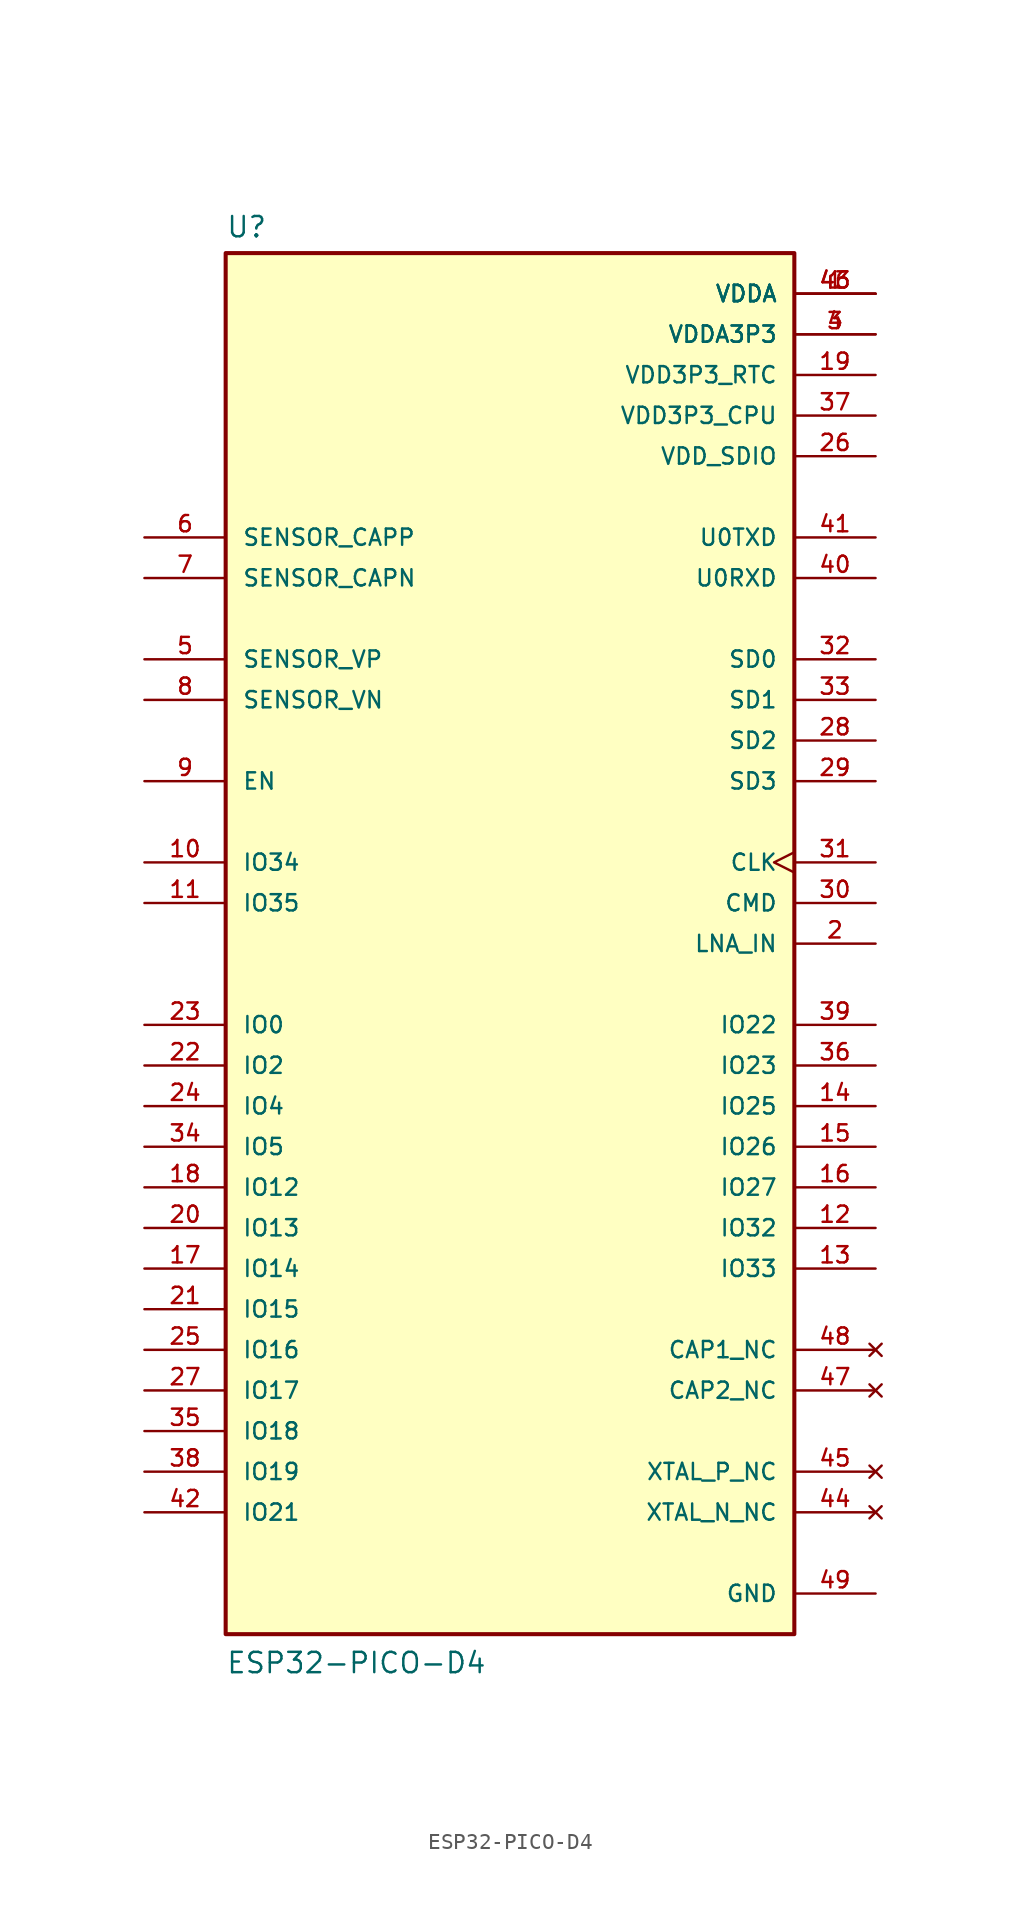
<source format=kicad_sym>
(kicad_symbol_lib
  (version 20211014)
  (generator kicad_symbol_editor)
  (symbol "ESP32-PICO-D4"
    (pin_names
      (offset 1.016))
    (property "Reference" "U"
      (at -17.78 44.069 0)
      (effects (font (size 1.27 1.27)) (justify bottom left)))
    (property "Value" "ESP32-PICO-D4"
      (at -17.78 -45.72 0)
      (effects (font (size 1.27 1.27)) (justify bottom left)))
    (symbol "ESP32-PICO-D4_0_0"
      (rectangle (start -17.78 -43.18) (end 17.78 43.18) (stroke (width 0.254)) (fill (type background)))
      (pin power_in line (at 22.86 40.64 180.0) (length 5.08) (name "VDDA" (effects (font (size 1.016 1.016)))) (number "1" (effects (font (size 1.016 1.016)))))
      (pin power_in line (at 22.86 40.64 180.0) (length 5.08) (name "VDDA" (effects (font (size 1.016 1.016)))) (number "43" (effects (font (size 1.016 1.016)))))
      (pin power_in line (at 22.86 40.64 180.0) (length 5.08) (name "VDDA" (effects (font (size 1.016 1.016)))) (number "46" (effects (font (size 1.016 1.016)))))
      (pin bidirectional line (at 22.86 0.0 180.0) (length 5.08) (name "LNA_IN" (effects (font (size 1.016 1.016)))) (number "2" (effects (font (size 1.016 1.016)))))
      (pin power_in line (at 22.86 38.1 180.0) (length 5.08) (name "VDDA3P3" (effects (font (size 1.016 1.016)))) (number "3" (effects (font (size 1.016 1.016)))))
      (pin power_in line (at 22.86 38.1 180.0) (length 5.08) (name "VDDA3P3" (effects (font (size 1.016 1.016)))) (number "4" (effects (font (size 1.016 1.016)))))
      (pin input line (at -22.86 17.78 0) (length 5.08) (name "SENSOR_VP" (effects (font (size 1.016 1.016)))) (number "5" (effects (font (size 1.016 1.016)))))
      (pin input line (at -22.86 25.4 0) (length 5.08) (name "SENSOR_CAPP" (effects (font (size 1.016 1.016)))) (number "6" (effects (font (size 1.016 1.016)))))
      (pin input line (at -22.86 22.86 0) (length 5.08) (name "SENSOR_CAPN" (effects (font (size 1.016 1.016)))) (number "7" (effects (font (size 1.016 1.016)))))
      (pin input line (at -22.86 15.24 0) (length 5.08) (name "SENSOR_VN" (effects (font (size 1.016 1.016)))) (number "8" (effects (font (size 1.016 1.016)))))
      (pin input line (at -22.86 10.16 0) (length 5.08) (name "EN" (effects (font (size 1.016 1.016)))) (number "9" (effects (font (size 1.016 1.016)))))
      (pin input line (at -22.86 5.08 0) (length 5.08) (name "IO34" (effects (font (size 1.016 1.016)))) (number "10" (effects (font (size 1.016 1.016)))))
      (pin input line (at -22.86 2.54 0) (length 5.08) (name "IO35" (effects (font (size 1.016 1.016)))) (number "11" (effects (font (size 1.016 1.016)))))
      (pin bidirectional line (at 22.86 -17.78 180.0) (length 5.08) (name "IO32" (effects (font (size 1.016 1.016)))) (number "12" (effects (font (size 1.016 1.016)))))
      (pin bidirectional line (at 22.86 -20.32 180.0) (length 5.08) (name "IO33" (effects (font (size 1.016 1.016)))) (number "13" (effects (font (size 1.016 1.016)))))
      (pin bidirectional line (at 22.86 -10.16 180.0) (length 5.08) (name "IO25" (effects (font (size 1.016 1.016)))) (number "14" (effects (font (size 1.016 1.016)))))
      (pin bidirectional line (at 22.86 -12.7 180.0) (length 5.08) (name "IO26" (effects (font (size 1.016 1.016)))) (number "15" (effects (font (size 1.016 1.016)))))
      (pin bidirectional line (at 22.86 -15.24 180.0) (length 5.08) (name "IO27" (effects (font (size 1.016 1.016)))) (number "16" (effects (font (size 1.016 1.016)))))
      (pin bidirectional line (at -22.86 -20.32 0) (length 5.08) (name "IO14" (effects (font (size 1.016 1.016)))) (number "17" (effects (font (size 1.016 1.016)))))
      (pin bidirectional line (at -22.86 -15.24 0) (length 5.08) (name "IO12" (effects (font (size 1.016 1.016)))) (number "18" (effects (font (size 1.016 1.016)))))
      (pin power_in line (at 22.86 35.56 180.0) (length 5.08) (name "VDD3P3_RTC" (effects (font (size 1.016 1.016)))) (number "19" (effects (font (size 1.016 1.016)))))
      (pin bidirectional line (at -22.86 -17.78 0) (length 5.08) (name "IO13" (effects (font (size 1.016 1.016)))) (number "20" (effects (font (size 1.016 1.016)))))
      (pin bidirectional line (at -22.86 -22.86 0) (length 5.08) (name "IO15" (effects (font (size 1.016 1.016)))) (number "21" (effects (font (size 1.016 1.016)))))
      (pin bidirectional line (at -22.86 -7.62 0) (length 5.08) (name "IO2" (effects (font (size 1.016 1.016)))) (number "22" (effects (font (size 1.016 1.016)))))
      (pin bidirectional line (at -22.86 -5.08 0) (length 5.08) (name "IO0" (effects (font (size 1.016 1.016)))) (number "23" (effects (font (size 1.016 1.016)))))
      (pin bidirectional line (at -22.86 -10.16 0) (length 5.08) (name "IO4" (effects (font (size 1.016 1.016)))) (number "24" (effects (font (size 1.016 1.016)))))
      (pin bidirectional line (at -22.86 -25.4 0) (length 5.08) (name "IO16" (effects (font (size 1.016 1.016)))) (number "25" (effects (font (size 1.016 1.016)))))
      (pin power_in line (at 22.86 30.48 180.0) (length 5.08) (name "VDD_SDIO" (effects (font (size 1.016 1.016)))) (number "26" (effects (font (size 1.016 1.016)))))
      (pin bidirectional line (at -22.86 -27.94 0) (length 5.08) (name "IO17" (effects (font (size 1.016 1.016)))) (number "27" (effects (font (size 1.016 1.016)))))
      (pin bidirectional line (at 22.86 12.7 180.0) (length 5.08) (name "SD2" (effects (font (size 1.016 1.016)))) (number "28" (effects (font (size 1.016 1.016)))))
      (pin bidirectional line (at 22.86 10.16 180.0) (length 5.08) (name "SD3" (effects (font (size 1.016 1.016)))) (number "29" (effects (font (size 1.016 1.016)))))
      (pin bidirectional line (at 22.86 2.54 180.0) (length 5.08) (name "CMD" (effects (font (size 1.016 1.016)))) (number "30" (effects (font (size 1.016 1.016)))))
      (pin bidirectional clock (at 22.86 5.08 180.0) (length 5.08) (name "CLK" (effects (font (size 1.016 1.016)))) (number "31" (effects (font (size 1.016 1.016)))))
      (pin bidirectional line (at 22.86 17.78 180.0) (length 5.08) (name "SD0" (effects (font (size 1.016 1.016)))) (number "32" (effects (font (size 1.016 1.016)))))
      (pin bidirectional line (at 22.86 15.24 180.0) (length 5.08) (name "SD1" (effects (font (size 1.016 1.016)))) (number "33" (effects (font (size 1.016 1.016)))))
      (pin bidirectional line (at -22.86 -12.7 0) (length 5.08) (name "IO5" (effects (font (size 1.016 1.016)))) (number "34" (effects (font (size 1.016 1.016)))))
      (pin bidirectional line (at -22.86 -30.48 0) (length 5.08) (name "IO18" (effects (font (size 1.016 1.016)))) (number "35" (effects (font (size 1.016 1.016)))))
      (pin bidirectional line (at 22.86 -7.62 180.0) (length 5.08) (name "IO23" (effects (font (size 1.016 1.016)))) (number "36" (effects (font (size 1.016 1.016)))))
      (pin power_in line (at 22.86 33.02 180.0) (length 5.08) (name "VDD3P3_CPU" (effects (font (size 1.016 1.016)))) (number "37" (effects (font (size 1.016 1.016)))))
      (pin bidirectional line (at -22.86 -33.02 0) (length 5.08) (name "IO19" (effects (font (size 1.016 1.016)))) (number "38" (effects (font (size 1.016 1.016)))))
      (pin bidirectional line (at 22.86 -5.08 180.0) (length 5.08) (name "IO22" (effects (font (size 1.016 1.016)))) (number "39" (effects (font (size 1.016 1.016)))))
      (pin bidirectional line (at 22.86 22.86 180.0) (length 5.08) (name "U0RXD" (effects (font (size 1.016 1.016)))) (number "40" (effects (font (size 1.016 1.016)))))
      (pin bidirectional line (at 22.86 25.4 180.0) (length 5.08) (name "U0TXD" (effects (font (size 1.016 1.016)))) (number "41" (effects (font (size 1.016 1.016)))))
      (pin bidirectional line (at -22.86 -35.56 0) (length 5.08) (name "IO21" (effects (font (size 1.016 1.016)))) (number "42" (effects (font (size 1.016 1.016)))))
      (pin power_in line (at 22.86 -40.64 180.0) (length 5.08) (name "GND" (effects (font (size 1.016 1.016)))) (number "49" (effects (font (size 1.016 1.016)))))
      (pin no_connect line (at 22.86 -35.56 180.0) (length 5.08) (name "XTAL_N_NC" (effects (font (size 1.016 1.016)))) (number "44" (effects (font (size 1.016 1.016)))))
      (pin no_connect line (at 22.86 -33.02 180.0) (length 5.08) (name "XTAL_P_NC" (effects (font (size 1.016 1.016)))) (number "45" (effects (font (size 1.016 1.016)))))
      (pin no_connect line (at 22.86 -25.4 180.0) (length 5.08) (name "CAP1_NC" (effects (font (size 1.016 1.016)))) (number "48" (effects (font (size 1.016 1.016)))))
      (pin no_connect line (at 22.86 -27.94 180.0) (length 5.08) (name "CAP2_NC" (effects (font (size 1.016 1.016)))) (number "47" (effects (font (size 1.016 1.016))))))))
</source>
